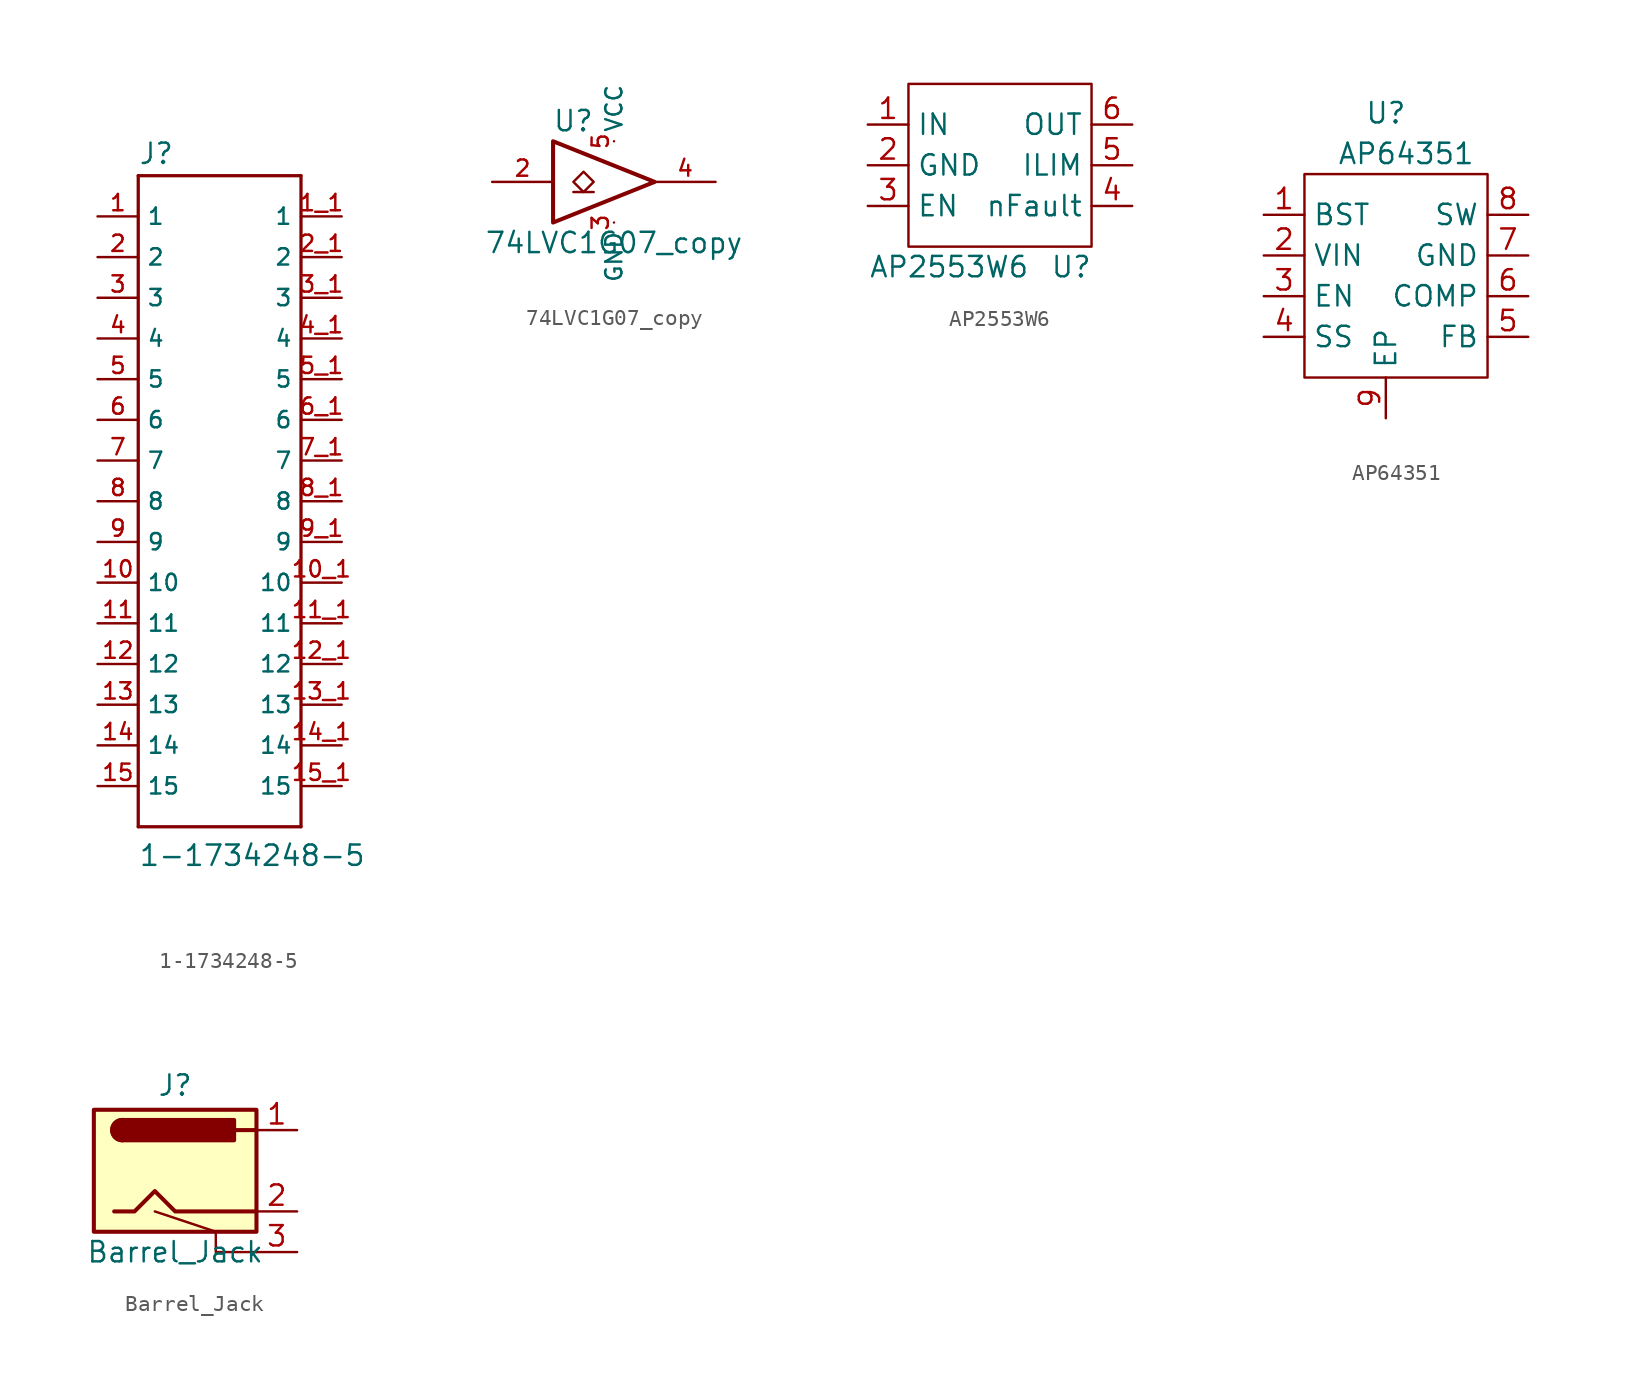
<source format=kicad_sym>
(kicad_symbol_lib
  (version 20201005)
  (generator kicad_symbol_editor)
  (symbol "CM4IO:1-1734248-5"
    (property "Reference" "J"
      (at -5.08 20.955 0)
      (effects (font (size 1.27 1.27)) (justify left bottom)))
    (property "Value" "1-1734248-5"
      (at -5.08 -22.86 0)
      (effects (font (size 1.27 1.27)) (justify left bottom)))
    (property "ki_locked" ""
      (at 0 0 0)
      (effects (font (size 1.27 1.27))))
    (symbol "1-1734248-5_0_0"
      (polyline (pts (xy -5.08 -20.32) (xy 5.08 -20.32)) (stroke (width 0.203)) (fill (type none)))
      (polyline (pts (xy -5.08 20.32) (xy -5.08 -20.32)) (stroke (width 0.203)) (fill (type none)))
      (polyline (pts (xy 5.08 -20.32) (xy 5.08 20.32)) (stroke (width 0.203)) (fill (type none)))
      (polyline (pts (xy 5.08 20.32) (xy -5.08 20.32)) (stroke (width 0.203)) (fill (type none)))
      (pin passive line (at -7.62 17.78 0) (length 2.54) (name "1" (effects (font (size 1.016 1.016)))) (number "1" (effects (font (size 1.016 1.016)))))
      (pin passive line (at -7.62 -5.08 0) (length 2.54) (name "10" (effects (font (size 1.016 1.016)))) (number "10" (effects (font (size 1.016 1.016)))))
      (pin passive line (at 7.62 -5.08 180) (length 2.54) (name "10" (effects (font (size 1.016 1.016)))) (number "10_1" (effects (font (size 1.016 1.016)))))
      (pin passive line (at -7.62 -7.62 0) (length 2.54) (name "11" (effects (font (size 1.016 1.016)))) (number "11" (effects (font (size 1.016 1.016)))))
      (pin passive line (at 7.62 -7.62 180) (length 2.54) (name "11" (effects (font (size 1.016 1.016)))) (number "11_1" (effects (font (size 1.016 1.016)))))
      (pin passive line (at -7.62 -10.16 0) (length 2.54) (name "12" (effects (font (size 1.016 1.016)))) (number "12" (effects (font (size 1.016 1.016)))))
      (pin passive line (at 7.62 -10.16 180) (length 2.54) (name "12" (effects (font (size 1.016 1.016)))) (number "12_1" (effects (font (size 1.016 1.016)))))
      (pin passive line (at -7.62 -12.7 0) (length 2.54) (name "13" (effects (font (size 1.016 1.016)))) (number "13" (effects (font (size 1.016 1.016)))))
      (pin passive line (at 7.62 -12.7 180) (length 2.54) (name "13" (effects (font (size 1.016 1.016)))) (number "13_1" (effects (font (size 1.016 1.016)))))
      (pin passive line (at -7.62 -15.24 0) (length 2.54) (name "14" (effects (font (size 1.016 1.016)))) (number "14" (effects (font (size 1.016 1.016)))))
      (pin passive line (at 7.62 -15.24 180) (length 2.54) (name "14" (effects (font (size 1.016 1.016)))) (number "14_1" (effects (font (size 1.016 1.016)))))
      (pin passive line (at -7.62 -17.78 0) (length 2.54) (name "15" (effects (font (size 1.016 1.016)))) (number "15" (effects (font (size 1.016 1.016)))))
      (pin passive line (at 7.62 -17.78 180) (length 2.54) (name "15" (effects (font (size 1.016 1.016)))) (number "15_1" (effects (font (size 1.016 1.016)))))
      (pin passive line (at 7.62 17.78 180) (length 2.54) (name "1" (effects (font (size 1.016 1.016)))) (number "1_1" (effects (font (size 1.016 1.016)))))
      (pin passive line (at -7.62 15.24 0) (length 2.54) (name "2" (effects (font (size 1.016 1.016)))) (number "2" (effects (font (size 1.016 1.016)))))
      (pin passive line (at 7.62 15.24 180) (length 2.54) (name "2" (effects (font (size 1.016 1.016)))) (number "2_1" (effects (font (size 1.016 1.016)))))
      (pin passive line (at -7.62 12.7 0) (length 2.54) (name "3" (effects (font (size 1.016 1.016)))) (number "3" (effects (font (size 1.016 1.016)))))
      (pin passive line (at 7.62 12.7 180) (length 2.54) (name "3" (effects (font (size 1.016 1.016)))) (number "3_1" (effects (font (size 1.016 1.016)))))
      (pin passive line (at -7.62 10.16 0) (length 2.54) (name "4" (effects (font (size 1.016 1.016)))) (number "4" (effects (font (size 1.016 1.016)))))
      (pin passive line (at 7.62 10.16 180) (length 2.54) (name "4" (effects (font (size 1.016 1.016)))) (number "4_1" (effects (font (size 1.016 1.016)))))
      (pin passive line (at -7.62 7.62 0) (length 2.54) (name "5" (effects (font (size 1.016 1.016)))) (number "5" (effects (font (size 1.016 1.016)))))
      (pin passive line (at 7.62 7.62 180) (length 2.54) (name "5" (effects (font (size 1.016 1.016)))) (number "5_1" (effects (font (size 1.016 1.016)))))
      (pin passive line (at -7.62 5.08 0) (length 2.54) (name "6" (effects (font (size 1.016 1.016)))) (number "6" (effects (font (size 1.016 1.016)))))
      (pin passive line (at 7.62 5.08 180) (length 2.54) (name "6" (effects (font (size 1.016 1.016)))) (number "6_1" (effects (font (size 1.016 1.016)))))
      (pin passive line (at -7.62 2.54 0) (length 2.54) (name "7" (effects (font (size 1.016 1.016)))) (number "7" (effects (font (size 1.016 1.016)))))
      (pin passive line (at 7.62 2.54 180) (length 2.54) (name "7" (effects (font (size 1.016 1.016)))) (number "7_1" (effects (font (size 1.016 1.016)))))
      (pin passive line (at -7.62 0 0) (length 2.54) (name "8" (effects (font (size 1.016 1.016)))) (number "8" (effects (font (size 1.016 1.016)))))
      (pin passive line (at 7.62 0 180) (length 2.54) (name "8" (effects (font (size 1.016 1.016)))) (number "8_1" (effects (font (size 1.016 1.016)))))
      (pin passive line (at -7.62 -2.54 0) (length 2.54) (name "9" (effects (font (size 1.016 1.016)))) (number "9" (effects (font (size 1.016 1.016)))))
      (pin passive line (at 7.62 -2.54 180) (length 2.54) (name "9" (effects (font (size 1.016 1.016)))) (number "9_1" (effects (font (size 1.016 1.016)))))))
  (symbol "CM4IO:74LVC1G07_copy"
    (property "Reference" "U"
      (at -2.54 3.81 0)
      (effects (font (size 1.27 1.27))))
    (property "Value" "74LVC1G07_copy"
      (at 0 -3.81 0)
      (effects (font (size 1.27 1.27))))
    (symbol "74LVC1G07_copy_0_1"
      (polyline (pts (xy -2.54 -0.635) (xy -1.27 -0.635)) (stroke (width 0)) (fill (type none)))
      (polyline (pts (xy -3.81 2.54) (xy -3.81 -2.54) (xy 2.54 0) (xy -3.81 2.54)) (stroke (width 0.254)) (fill (type none)))
      (polyline (pts (xy -1.905 0.635) (xy -2.54 0) (xy -1.905 -0.635) (xy -1.27 0) (xy -1.905 0.635)) (stroke (width 0)) (fill (type none))))
    (symbol "74LVC1G07_copy_1_1"
      (pin input line (at -7.62 0 0) (length 3.81) (name "~" (effects (font (size 1.016 1.016)))) (number "2" (effects (font (size 1.016 1.016)))))
      (pin power_in line (at 0 -2.54 270) (length 0) (name "GND" (effects (font (size 1.016 1.016)))) (number "3" (effects (font (size 1.016 1.016)))))
      (pin open_collector line (at 6.35 0 180) (length 3.81) (name "~" (effects (font (size 1.016 1.016)))) (number "4" (effects (font (size 1.016 1.016)))))
      (pin power_in line (at 0 2.54 90) (length 0) (name "VCC" (effects (font (size 1.016 1.016)))) (number "5" (effects (font (size 1.016 1.016)))))))
  (symbol "CM4IO:AP2553W6"
    (property "Reference" "U"
      (at 3.81 -6.35 0)
      (effects (font (size 1.27 1.27))))
    (property "Value" "AP2553W6"
      (at -3.81 -6.35 0)
      (effects (font (size 1.27 1.27))))
    (symbol "AP2553W6_0_1"
      (rectangle (start -6.35 5.08) (end 5.08 -5.08) (stroke (width 0)) (fill (type none))))
    (symbol "AP2553W6_0_0"
      (pin power_in line (at -8.89 2.54 0) (length 2.54) (name "IN" (effects (font (size 1.27 1.27)))) (number "1" (effects (font (size 1.27 1.27)))))
      (pin power_out line (at -8.89 0 0) (length 2.54) (name "GND" (effects (font (size 1.27 1.27)))) (number "2" (effects (font (size 1.27 1.27)))))
      (pin input line (at -8.89 -2.54 0) (length 2.54) (name "EN" (effects (font (size 1.27 1.27)))) (number "3" (effects (font (size 1.27 1.27)))))
      (pin open_collector line (at 7.62 -2.54 180) (length 2.54) (name "nFault" (effects (font (size 1.27 1.27)))) (number "4" (effects (font (size 1.27 1.27)))))
      (pin passive line (at 7.62 0 180) (length 2.54) (name "ILIM" (effects (font (size 1.27 1.27)))) (number "5" (effects (font (size 1.27 1.27)))))
      (pin power_out line (at 7.62 2.54 180) (length 2.54) (name "OUT" (effects (font (size 1.27 1.27)))) (number "6" (effects (font (size 1.27 1.27)))))))
  (symbol "CM4IO:AP64351"
    (property "Reference" "U"
      (at 0 8.89 0)
      (effects (font (size 1.27 1.27))))
    (property "Value" "AP64351"
      (at 1.27 6.35 0)
      (effects (font (size 1.27 1.27))))
    (symbol "AP64351_0_1"
      (rectangle (start -5.08 5.08) (end 6.35 -7.62) (stroke (width 0)) (fill (type none))))
    (symbol "AP64351_1_1"
      (pin passive line (at -7.62 2.54 0) (length 2.54) (name "BST" (effects (font (size 1.27 1.27)))) (number "1" (effects (font (size 1.27 1.27)))))
      (pin power_in line (at -7.62 0 0) (length 2.54) (name "VIN" (effects (font (size 1.27 1.27)))) (number "2" (effects (font (size 1.27 1.27)))))
      (pin input line (at -7.62 -2.54 0) (length 2.54) (name "EN" (effects (font (size 1.27 1.27)))) (number "3" (effects (font (size 1.27 1.27)))))
      (pin input line (at -7.62 -5.08 0) (length 2.54) (name "SS" (effects (font (size 1.27 1.27)))) (number "4" (effects (font (size 1.27 1.27)))))
      (pin input line (at 8.89 -5.08 180) (length 2.54) (name "FB" (effects (font (size 1.27 1.27)))) (number "5" (effects (font (size 1.27 1.27)))))
      (pin input line (at 8.89 -2.54 180) (length 2.54) (name "COMP" (effects (font (size 1.27 1.27)))) (number "6" (effects (font (size 1.27 1.27)))))
      (pin power_in line (at 8.89 0 180) (length 2.54) (name "GND" (effects (font (size 1.27 1.27)))) (number "7" (effects (font (size 1.27 1.27)))))
      (pin output line (at 8.89 2.54 180) (length 2.54) (name "SW" (effects (font (size 1.27 1.27)))) (number "8" (effects (font (size 1.27 1.27)))))
      (pin passive line (at 0 -10.16 90) (length 2.54) (name "EP" (effects (font (size 1.27 1.27)))) (number "9" (effects (font (size 1.27 1.27)))))))
  (symbol "CM4IO:Barrel_Jack"
    (property "Reference" "J"
      (at 0 5.334 0)
      (effects (font (size 1.27 1.27))))
    (property "Value" "Barrel_Jack"
      (at 0 -5.08 0)
      (effects (font (size 1.27 1.27))))
    (symbol "Barrel_Jack_0_1"
      (arc (start -3.302 3.175) (end -3.302 1.905) (radius (at -3.302 2.54) (length 0.635) (angles 90.1 -90.1)) (stroke (width 0.254)) (fill (type outline)))
      (arc (start -3.302 3.175) (end -3.302 1.905) (radius (at -3.302 2.54) (length 0.635) (angles 90.1 -90.1)) (stroke (width 0.254)) (fill (type none)))
      (rectangle (start -5.08 3.81) (end 5.08 -3.81) (stroke (width 0.254)) (fill (type background)))
      (rectangle (start 3.683 3.175) (end -3.302 1.905) (stroke (width 0.254)) (fill (type outline)))
      (polyline (pts (xy 5.08 2.54) (xy 3.81 2.54)) (stroke (width 0.254)) (fill (type none)))
      (polyline (pts (xy 5.08 -5.08) (xy 2.54 -5.08) (xy 2.54 -3.81) (xy -1.27 -2.54)) (stroke (width 0)) (fill (type none)))
      (polyline (pts (xy -3.81 -2.54) (xy -2.54 -2.54) (xy -1.27 -1.27) (xy 0 -2.54) (xy 2.54 -2.54) (xy 5.08 -2.54)) (stroke (width 0.254)) (fill (type none))))
    (symbol "Barrel_Jack_1_1"
      (pin passive line (at 7.62 2.54 180) (length 2.54) (name "~" (effects (font (size 1.27 1.27)))) (number "1" (effects (font (size 1.27 1.27)))))
      (pin passive line (at 7.62 -2.54 180) (length 2.54) (name "~" (effects (font (size 1.27 1.27)))) (number "2" (effects (font (size 1.27 1.27)))))
      (pin passive line (at 7.62 -5.08 180) (length 2.54) (name "~" (effects (font (size 1.27 1.27)))) (number "3" (effects (font (size 1.27 1.27))))))))
</source>
